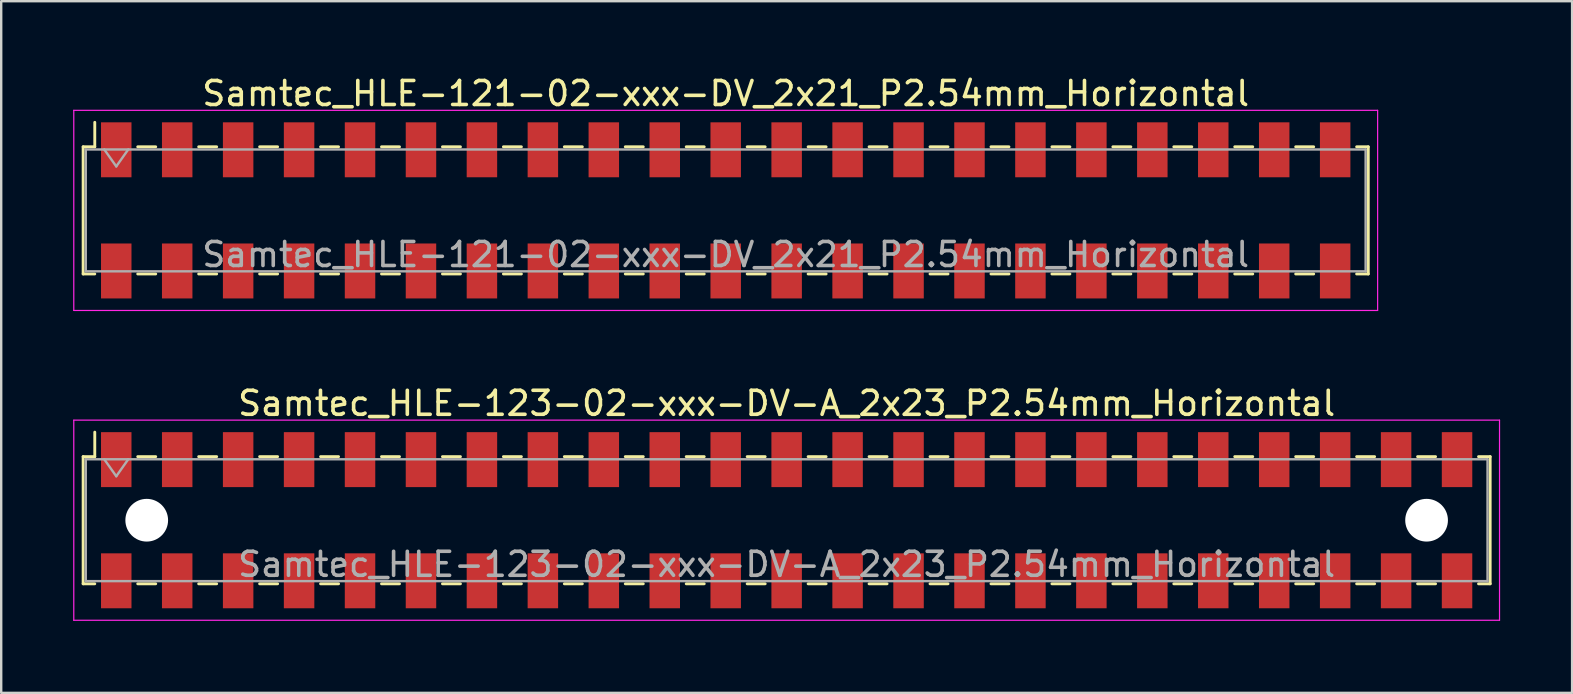
<source format=kicad_pcb>
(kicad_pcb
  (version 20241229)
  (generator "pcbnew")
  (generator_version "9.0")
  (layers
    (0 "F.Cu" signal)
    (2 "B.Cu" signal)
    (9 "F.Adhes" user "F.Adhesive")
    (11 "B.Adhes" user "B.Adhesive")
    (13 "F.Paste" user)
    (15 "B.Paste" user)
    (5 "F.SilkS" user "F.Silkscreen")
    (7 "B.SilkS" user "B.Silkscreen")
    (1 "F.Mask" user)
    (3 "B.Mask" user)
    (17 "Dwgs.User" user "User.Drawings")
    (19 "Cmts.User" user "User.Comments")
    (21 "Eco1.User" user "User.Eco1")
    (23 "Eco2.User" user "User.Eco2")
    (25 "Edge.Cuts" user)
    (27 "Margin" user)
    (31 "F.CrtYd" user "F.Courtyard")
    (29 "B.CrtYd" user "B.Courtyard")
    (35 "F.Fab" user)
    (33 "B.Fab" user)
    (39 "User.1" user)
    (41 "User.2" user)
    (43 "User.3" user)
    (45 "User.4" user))
  (footprint "Samtec_HLE-121-02-xxx-DV_2x21_P2.54mm_Horizontal"
    (layer "F.Cu")
    (at 27.195 5.718)
    (property "Reference" "Samtec_HLE-121-02-xxx-DV_2x21_P2.54mm_Horizontal" (at 0 -4.87 0) (layer "F.SilkS") (effects (font (size 1 1) (thickness 0.15))))
    (attr smd)
    (fp_line (start -26.78 -2.65) (end -26.78 2.65) (stroke (width 0.12) (type solid)) (layer "F.SilkS"))
    (fp_line (start -26.78 2.65) (end -26.295 2.65) (stroke (width 0.12) (type solid)) (layer "F.SilkS"))
    (fp_line (start -26.295 -3.67) (end -26.295 -2.65) (stroke (width 0.12) (type solid)) (layer "F.SilkS"))
    (fp_line (start -26.295 -2.65) (end -26.78 -2.65) (stroke (width 0.12) (type solid)) (layer "F.SilkS"))
    (fp_line (start -24.505 -2.65) (end -23.755 -2.65) (stroke (width 0.12) (type solid)) (layer "F.SilkS"))
    (fp_line (start -24.505 2.65) (end -23.755 2.65) (stroke (width 0.12) (type solid)) (layer "F.SilkS"))
    (fp_line (start -21.965 -2.65) (end -21.215 -2.65) (stroke (width 0.12) (type solid)) (layer "F.SilkS"))
    (fp_line (start -21.965 2.65) (end -21.215 2.65) (stroke (width 0.12) (type solid)) (layer "F.SilkS"))
    (fp_line (start -19.425 -2.65) (end -18.675 -2.65) (stroke (width 0.12) (type solid)) (layer "F.SilkS"))
    (fp_line (start -19.425 2.65) (end -18.675 2.65) (stroke (width 0.12) (type solid)) (layer "F.SilkS"))
    (fp_line (start -16.885 -2.65) (end -16.135 -2.65) (stroke (width 0.12) (type solid)) (layer "F.SilkS"))
    (fp_line (start -16.885 2.65) (end -16.135 2.65) (stroke (width 0.12) (type solid)) (layer "F.SilkS"))
    (fp_line (start -14.345 -2.65) (end -13.595 -2.65) (stroke (width 0.12) (type solid)) (layer "F.SilkS"))
    (fp_line (start -14.345 2.65) (end -13.595 2.65) (stroke (width 0.12) (type solid)) (layer "F.SilkS"))
    (fp_line (start -11.805 -2.65) (end -11.055 -2.65) (stroke (width 0.12) (type solid)) (layer "F.SilkS"))
    (fp_line (start -11.805 2.65) (end -11.055 2.65) (stroke (width 0.12) (type solid)) (layer "F.SilkS"))
    (fp_line (start -9.265 -2.65) (end -8.515 -2.65) (stroke (width 0.12) (type solid)) (layer "F.SilkS"))
    (fp_line (start -9.265 2.65) (end -8.515 2.65) (stroke (width 0.12) (type solid)) (layer "F.SilkS"))
    (fp_line (start -6.725 -2.65) (end -5.975 -2.65) (stroke (width 0.12) (type solid)) (layer "F.SilkS"))
    (fp_line (start -6.725 2.65) (end -5.975 2.65) (stroke (width 0.12) (type solid)) (layer "F.SilkS"))
    (fp_line (start -4.185 -2.65) (end -3.435 -2.65) (stroke (width 0.12) (type solid)) (layer "F.SilkS"))
    (fp_line (start -4.185 2.65) (end -3.435 2.65) (stroke (width 0.12) (type solid)) (layer "F.SilkS"))
    (fp_line (start -1.645 -2.65) (end -0.895 -2.65) (stroke (width 0.12) (type solid)) (layer "F.SilkS"))
    (fp_line (start -1.645 2.65) (end -0.895 2.65) (stroke (width 0.12) (type solid)) (layer "F.SilkS"))
    (fp_line (start 0.895 -2.65) (end 1.645 -2.65) (stroke (width 0.12) (type solid)) (layer "F.SilkS"))
    (fp_line (start 0.895 2.65) (end 1.645 2.65) (stroke (width 0.12) (type solid)) (layer "F.SilkS"))
    (fp_line (start 3.435 -2.65) (end 4.185 -2.65) (stroke (width 0.12) (type solid)) (layer "F.SilkS"))
    (fp_line (start 3.435 2.65) (end 4.185 2.65) (stroke (width 0.12) (type solid)) (layer "F.SilkS"))
    (fp_line (start 5.975 -2.65) (end 6.725 -2.65) (stroke (width 0.12) (type solid)) (layer "F.SilkS"))
    (fp_line (start 5.975 2.65) (end 6.725 2.65) (stroke (width 0.12) (type solid)) (layer "F.SilkS"))
    (fp_line (start 8.515 -2.65) (end 9.265 -2.65) (stroke (width 0.12) (type solid)) (layer "F.SilkS"))
    (fp_line (start 8.515 2.65) (end 9.265 2.65) (stroke (width 0.12) (type solid)) (layer "F.SilkS"))
    (fp_line (start 11.055 -2.65) (end 11.805 -2.65) (stroke (width 0.12) (type solid)) (layer "F.SilkS"))
    (fp_line (start 11.055 2.65) (end 11.805 2.65) (stroke (width 0.12) (type solid)) (layer "F.SilkS"))
    (fp_line (start 13.595 -2.65) (end 14.345 -2.65) (stroke (width 0.12) (type solid)) (layer "F.SilkS"))
    (fp_line (start 13.595 2.65) (end 14.345 2.65) (stroke (width 0.12) (type solid)) (layer "F.SilkS"))
    (fp_line (start 16.135 -2.65) (end 16.885 -2.65) (stroke (width 0.12) (type solid)) (layer "F.SilkS"))
    (fp_line (start 16.135 2.65) (end 16.885 2.65) (stroke (width 0.12) (type solid)) (layer "F.SilkS"))
    (fp_line (start 18.675 -2.65) (end 19.425 -2.65) (stroke (width 0.12) (type solid)) (layer "F.SilkS"))
    (fp_line (start 18.675 2.65) (end 19.425 2.65) (stroke (width 0.12) (type solid)) (layer "F.SilkS"))
    (fp_line (start 21.215 -2.65) (end 21.965 -2.65) (stroke (width 0.12) (type solid)) (layer "F.SilkS"))
    (fp_line (start 21.215 2.65) (end 21.965 2.65) (stroke (width 0.12) (type solid)) (layer "F.SilkS"))
    (fp_line (start 23.755 -2.65) (end 24.505 -2.65) (stroke (width 0.12) (type solid)) (layer "F.SilkS"))
    (fp_line (start 23.755 2.65) (end 24.505 2.65) (stroke (width 0.12) (type solid)) (layer "F.SilkS"))
    (fp_line (start 26.295 -2.65) (end 26.78 -2.65) (stroke (width 0.12) (type solid)) (layer "F.SilkS"))
    (fp_line (start 26.78 -2.65) (end 26.78 2.65) (stroke (width 0.12) (type solid)) (layer "F.SilkS"))
    (fp_line (start 26.78 2.65) (end 26.295 2.65) (stroke (width 0.12) (type solid)) (layer "F.SilkS"))
    (fp_line (start -27.17 -4.17) (end 27.17 -4.17) (stroke (width 0.05) (type solid)) (layer "F.CrtYd"))
    (fp_line (start -27.17 4.17) (end -27.17 -4.17) (stroke (width 0.05) (type solid)) (layer "F.CrtYd"))
    (fp_line (start 27.17 -4.17) (end 27.17 4.17) (stroke (width 0.05) (type solid)) (layer "F.CrtYd"))
    (fp_line (start 27.17 4.17) (end -27.17 4.17) (stroke (width 0.05) (type solid)) (layer "F.CrtYd"))
    (fp_line (start -26.67 -2.54) (end 26.67 -2.54) (stroke (width 0.1) (type solid)) (layer "F.Fab"))
    (fp_line (start -26.67 2.54) (end -26.67 -2.54) (stroke (width 0.1) (type solid)) (layer "F.Fab"))
    (fp_line (start -25.9 -2.54) (end -25.4 -1.833) (stroke (width 0.1) (type solid)) (layer "F.Fab"))
    (fp_line (start -25.4 -1.833) (end -24.9 -2.54) (stroke (width 0.1) (type solid)) (layer "F.Fab"))
    (fp_line (start 26.67 -2.54) (end 26.67 2.54) (stroke (width 0.1) (type solid)) (layer "F.Fab"))
    (fp_line (start 26.67 2.54) (end -26.67 2.54) (stroke (width 0.1) (type solid)) (layer "F.Fab"))
    (fp_text user "${REFERENCE}" (at 0 1.84 0) (layer "F.Fab") (effects (font (size 1 1) (thickness 0.15))))
    (pad "1" smd rect (at -25.4 -2.525) (size 1.27 2.29) (layers "F.Cu" "F.Mask" "F.Paste"))
    (pad "2" smd rect (at -25.4 2.525) (size 1.27 2.29) (layers "F.Cu" "F.Mask" "F.Paste"))
    (pad "3" smd rect (at -22.86 -2.525) (size 1.27 2.29) (layers "F.Cu" "F.Mask" "F.Paste"))
    (pad "4" smd rect (at -22.86 2.525) (size 1.27 2.29) (layers "F.Cu" "F.Mask" "F.Paste"))
    (pad "5" smd rect (at -20.32 -2.525) (size 1.27 2.29) (layers "F.Cu" "F.Mask" "F.Paste"))
    (pad "6" smd rect (at -20.32 2.525) (size 1.27 2.29) (layers "F.Cu" "F.Mask" "F.Paste"))
    (pad "7" smd rect (at -17.78 -2.525) (size 1.27 2.29) (layers "F.Cu" "F.Mask" "F.Paste"))
    (pad "8" smd rect (at -17.78 2.525) (size 1.27 2.29) (layers "F.Cu" "F.Mask" "F.Paste"))
    (pad "9" smd rect (at -15.24 -2.525) (size 1.27 2.29) (layers "F.Cu" "F.Mask" "F.Paste"))
    (pad "10" smd rect (at -15.24 2.525) (size 1.27 2.29) (layers "F.Cu" "F.Mask" "F.Paste"))
    (pad "11" smd rect (at -12.7 -2.525) (size 1.27 2.29) (layers "F.Cu" "F.Mask" "F.Paste"))
    (pad "12" smd rect (at -12.7 2.525) (size 1.27 2.29) (layers "F.Cu" "F.Mask" "F.Paste"))
    (pad "13" smd rect (at -10.16 -2.525) (size 1.27 2.29) (layers "F.Cu" "F.Mask" "F.Paste"))
    (pad "14" smd rect (at -10.16 2.525) (size 1.27 2.29) (layers "F.Cu" "F.Mask" "F.Paste"))
    (pad "15" smd rect (at -7.62 -2.525) (size 1.27 2.29) (layers "F.Cu" "F.Mask" "F.Paste"))
    (pad "16" smd rect (at -7.62 2.525) (size 1.27 2.29) (layers "F.Cu" "F.Mask" "F.Paste"))
    (pad "17" smd rect (at -5.08 -2.525) (size 1.27 2.29) (layers "F.Cu" "F.Mask" "F.Paste"))
    (pad "18" smd rect (at -5.08 2.525) (size 1.27 2.29) (layers "F.Cu" "F.Mask" "F.Paste"))
    (pad "19" smd rect (at -2.54 -2.525) (size 1.27 2.29) (layers "F.Cu" "F.Mask" "F.Paste"))
    (pad "20" smd rect (at -2.54 2.525) (size 1.27 2.29) (layers "F.Cu" "F.Mask" "F.Paste"))
    (pad "21" smd rect (at 0 -2.525) (size 1.27 2.29) (layers "F.Cu" "F.Mask" "F.Paste"))
    (pad "22" smd rect (at 0 2.525) (size 1.27 2.29) (layers "F.Cu" "F.Mask" "F.Paste"))
    (pad "23" smd rect (at 2.54 -2.525) (size 1.27 2.29) (layers "F.Cu" "F.Mask" "F.Paste"))
    (pad "24" smd rect (at 2.54 2.525) (size 1.27 2.29) (layers "F.Cu" "F.Mask" "F.Paste"))
    (pad "25" smd rect (at 5.08 -2.525) (size 1.27 2.29) (layers "F.Cu" "F.Mask" "F.Paste"))
    (pad "26" smd rect (at 5.08 2.525) (size 1.27 2.29) (layers "F.Cu" "F.Mask" "F.Paste"))
    (pad "27" smd rect (at 7.62 -2.525) (size 1.27 2.29) (layers "F.Cu" "F.Mask" "F.Paste"))
    (pad "28" smd rect (at 7.62 2.525) (size 1.27 2.29) (layers "F.Cu" "F.Mask" "F.Paste"))
    (pad "29" smd rect (at 10.16 -2.525) (size 1.27 2.29) (layers "F.Cu" "F.Mask" "F.Paste"))
    (pad "30" smd rect (at 10.16 2.525) (size 1.27 2.29) (layers "F.Cu" "F.Mask" "F.Paste"))
    (pad "31" smd rect (at 12.7 -2.525) (size 1.27 2.29) (layers "F.Cu" "F.Mask" "F.Paste"))
    (pad "32" smd rect (at 12.7 2.525) (size 1.27 2.29) (layers "F.Cu" "F.Mask" "F.Paste"))
    (pad "33" smd rect (at 15.24 -2.525) (size 1.27 2.29) (layers "F.Cu" "F.Mask" "F.Paste"))
    (pad "34" smd rect (at 15.24 2.525) (size 1.27 2.29) (layers "F.Cu" "F.Mask" "F.Paste"))
    (pad "35" smd rect (at 17.78 -2.525) (size 1.27 2.29) (layers "F.Cu" "F.Mask" "F.Paste"))
    (pad "36" smd rect (at 17.78 2.525) (size 1.27 2.29) (layers "F.Cu" "F.Mask" "F.Paste"))
    (pad "37" smd rect (at 20.32 -2.525) (size 1.27 2.29) (layers "F.Cu" "F.Mask" "F.Paste"))
    (pad "38" smd rect (at 20.32 2.525) (size 1.27 2.29) (layers "F.Cu" "F.Mask" "F.Paste"))
    (pad "39" smd rect (at 22.86 -2.525) (size 1.27 2.29) (layers "F.Cu" "F.Mask" "F.Paste"))
    (pad "40" smd rect (at 22.86 2.525) (size 1.27 2.29) (layers "F.Cu" "F.Mask" "F.Paste"))
    (pad "41" smd rect (at 25.4 -2.525) (size 1.27 2.29) (layers "F.Cu" "F.Mask" "F.Paste"))
    (pad "42" smd rect (at 25.4 2.525) (size 1.27 2.29) (layers "F.Cu" "F.Mask" "F.Paste")))
  (footprint "Samtec_HLE-123-02-xxx-DV-A_2x23_P2.54mm_Horizontal"
    (layer "F.Cu")
    (at 29.735 18.631)
    (property "Reference" "Samtec_HLE-123-02-xxx-DV-A_2x23_P2.54mm_Horizontal" (at 0 -4.87 0) (layer "F.SilkS") (effects (font (size 1 1) (thickness 0.15))))
    (attr smd)
    (fp_line (start -29.32 -2.65) (end -29.32 2.65) (stroke (width 0.12) (type solid)) (layer "F.SilkS"))
    (fp_line (start -29.32 2.65) (end -28.835 2.65) (stroke (width 0.12) (type solid)) (layer "F.SilkS"))
    (fp_line (start -28.835 -3.67) (end -28.835 -2.65) (stroke (width 0.12) (type solid)) (layer "F.SilkS"))
    (fp_line (start -28.835 -2.65) (end -29.32 -2.65) (stroke (width 0.12) (type solid)) (layer "F.SilkS"))
    (fp_line (start -27.045 -2.65) (end -26.295 -2.65) (stroke (width 0.12) (type solid)) (layer "F.SilkS"))
    (fp_line (start -27.045 2.65) (end -26.295 2.65) (stroke (width 0.12) (type solid)) (layer "F.SilkS"))
    (fp_line (start -24.505 -2.65) (end -23.755 -2.65) (stroke (width 0.12) (type solid)) (layer "F.SilkS"))
    (fp_line (start -24.505 2.65) (end -23.755 2.65) (stroke (width 0.12) (type solid)) (layer "F.SilkS"))
    (fp_line (start -21.965 -2.65) (end -21.215 -2.65) (stroke (width 0.12) (type solid)) (layer "F.SilkS"))
    (fp_line (start -21.965 2.65) (end -21.215 2.65) (stroke (width 0.12) (type solid)) (layer "F.SilkS"))
    (fp_line (start -19.425 -2.65) (end -18.675 -2.65) (stroke (width 0.12) (type solid)) (layer "F.SilkS"))
    (fp_line (start -19.425 2.65) (end -18.675 2.65) (stroke (width 0.12) (type solid)) (layer "F.SilkS"))
    (fp_line (start -16.885 -2.65) (end -16.135 -2.65) (stroke (width 0.12) (type solid)) (layer "F.SilkS"))
    (fp_line (start -16.885 2.65) (end -16.135 2.65) (stroke (width 0.12) (type solid)) (layer "F.SilkS"))
    (fp_line (start -14.345 -2.65) (end -13.595 -2.65) (stroke (width 0.12) (type solid)) (layer "F.SilkS"))
    (fp_line (start -14.345 2.65) (end -13.595 2.65) (stroke (width 0.12) (type solid)) (layer "F.SilkS"))
    (fp_line (start -11.805 -2.65) (end -11.055 -2.65) (stroke (width 0.12) (type solid)) (layer "F.SilkS"))
    (fp_line (start -11.805 2.65) (end -11.055 2.65) (stroke (width 0.12) (type solid)) (layer "F.SilkS"))
    (fp_line (start -9.265 -2.65) (end -8.515 -2.65) (stroke (width 0.12) (type solid)) (layer "F.SilkS"))
    (fp_line (start -9.265 2.65) (end -8.515 2.65) (stroke (width 0.12) (type solid)) (layer "F.SilkS"))
    (fp_line (start -6.725 -2.65) (end -5.975 -2.65) (stroke (width 0.12) (type solid)) (layer "F.SilkS"))
    (fp_line (start -6.725 2.65) (end -5.975 2.65) (stroke (width 0.12) (type solid)) (layer "F.SilkS"))
    (fp_line (start -4.185 -2.65) (end -3.435 -2.65) (stroke (width 0.12) (type solid)) (layer "F.SilkS"))
    (fp_line (start -4.185 2.65) (end -3.435 2.65) (stroke (width 0.12) (type solid)) (layer "F.SilkS"))
    (fp_line (start -1.645 -2.65) (end -0.895 -2.65) (stroke (width 0.12) (type solid)) (layer "F.SilkS"))
    (fp_line (start -1.645 2.65) (end -0.895 2.65) (stroke (width 0.12) (type solid)) (layer "F.SilkS"))
    (fp_line (start 0.895 -2.65) (end 1.645 -2.65) (stroke (width 0.12) (type solid)) (layer "F.SilkS"))
    (fp_line (start 0.895 2.65) (end 1.645 2.65) (stroke (width 0.12) (type solid)) (layer "F.SilkS"))
    (fp_line (start 3.435 -2.65) (end 4.185 -2.65) (stroke (width 0.12) (type solid)) (layer "F.SilkS"))
    (fp_line (start 3.435 2.65) (end 4.185 2.65) (stroke (width 0.12) (type solid)) (layer "F.SilkS"))
    (fp_line (start 5.975 -2.65) (end 6.725 -2.65) (stroke (width 0.12) (type solid)) (layer "F.SilkS"))
    (fp_line (start 5.975 2.65) (end 6.725 2.65) (stroke (width 0.12) (type solid)) (layer "F.SilkS"))
    (fp_line (start 8.515 -2.65) (end 9.265 -2.65) (stroke (width 0.12) (type solid)) (layer "F.SilkS"))
    (fp_line (start 8.515 2.65) (end 9.265 2.65) (stroke (width 0.12) (type solid)) (layer "F.SilkS"))
    (fp_line (start 11.055 -2.65) (end 11.805 -2.65) (stroke (width 0.12) (type solid)) (layer "F.SilkS"))
    (fp_line (start 11.055 2.65) (end 11.805 2.65) (stroke (width 0.12) (type solid)) (layer "F.SilkS"))
    (fp_line (start 13.595 -2.65) (end 14.345 -2.65) (stroke (width 0.12) (type solid)) (layer "F.SilkS"))
    (fp_line (start 13.595 2.65) (end 14.345 2.65) (stroke (width 0.12) (type solid)) (layer "F.SilkS"))
    (fp_line (start 16.135 -2.65) (end 16.885 -2.65) (stroke (width 0.12) (type solid)) (layer "F.SilkS"))
    (fp_line (start 16.135 2.65) (end 16.885 2.65) (stroke (width 0.12) (type solid)) (layer "F.SilkS"))
    (fp_line (start 18.675 -2.65) (end 19.425 -2.65) (stroke (width 0.12) (type solid)) (layer "F.SilkS"))
    (fp_line (start 18.675 2.65) (end 19.425 2.65) (stroke (width 0.12) (type solid)) (layer "F.SilkS"))
    (fp_line (start 21.215 -2.65) (end 21.965 -2.65) (stroke (width 0.12) (type solid)) (layer "F.SilkS"))
    (fp_line (start 21.215 2.65) (end 21.965 2.65) (stroke (width 0.12) (type solid)) (layer "F.SilkS"))
    (fp_line (start 23.755 -2.65) (end 24.505 -2.65) (stroke (width 0.12) (type solid)) (layer "F.SilkS"))
    (fp_line (start 23.755 2.65) (end 24.505 2.65) (stroke (width 0.12) (type solid)) (layer "F.SilkS"))
    (fp_line (start 26.295 -2.65) (end 27.045 -2.65) (stroke (width 0.12) (type solid)) (layer "F.SilkS"))
    (fp_line (start 26.295 2.65) (end 27.045 2.65) (stroke (width 0.12) (type solid)) (layer "F.SilkS"))
    (fp_line (start 28.835 -2.65) (end 29.32 -2.65) (stroke (width 0.12) (type solid)) (layer "F.SilkS"))
    (fp_line (start 29.32 -2.65) (end 29.32 2.65) (stroke (width 0.12) (type solid)) (layer "F.SilkS"))
    (fp_line (start 29.32 2.65) (end 28.835 2.65) (stroke (width 0.12) (type solid)) (layer "F.SilkS"))
    (fp_line (start -29.71 -4.17) (end 29.71 -4.17) (stroke (width 0.05) (type solid)) (layer "F.CrtYd"))
    (fp_line (start -29.71 4.17) (end -29.71 -4.17) (stroke (width 0.05) (type solid)) (layer "F.CrtYd"))
    (fp_line (start 29.71 -4.17) (end 29.71 4.17) (stroke (width 0.05) (type solid)) (layer "F.CrtYd"))
    (fp_line (start 29.71 4.17) (end -29.71 4.17) (stroke (width 0.05) (type solid)) (layer "F.CrtYd"))
    (fp_line (start -29.21 -2.54) (end 29.21 -2.54) (stroke (width 0.1) (type solid)) (layer "F.Fab"))
    (fp_line (start -29.21 2.54) (end -29.21 -2.54) (stroke (width 0.1) (type solid)) (layer "F.Fab"))
    (fp_line (start -28.44 -2.54) (end -27.94 -1.833) (stroke (width 0.1) (type solid)) (layer "F.Fab"))
    (fp_line (start -27.94 -1.833) (end -27.44 -2.54) (stroke (width 0.1) (type solid)) (layer "F.Fab"))
    (fp_line (start 29.21 -2.54) (end 29.21 2.54) (stroke (width 0.1) (type solid)) (layer "F.Fab"))
    (fp_line (start 29.21 2.54) (end -29.21 2.54) (stroke (width 0.1) (type solid)) (layer "F.Fab"))
    (fp_text user "${REFERENCE}" (at 0 1.84 0) (layer "F.Fab") (effects (font (size 1 1) (thickness 0.15))))
    (pad "" np_thru_hole circle (at -26.67 0) (size 1.78 1.78) (drill 1.78) (layers "*.Cu" "*.Mask"))
    (pad "" np_thru_hole circle (at 26.67 0) (size 1.78 1.78) (drill 1.78) (layers "*.Cu" "*.Mask"))
    (pad "1" smd rect (at -27.94 -2.525) (size 1.27 2.29) (layers "F.Cu" "F.Mask" "F.Paste"))
    (pad "2" smd rect (at -27.94 2.525) (size 1.27 2.29) (layers "F.Cu" "F.Mask" "F.Paste"))
    (pad "3" smd rect (at -25.4 -2.525) (size 1.27 2.29) (layers "F.Cu" "F.Mask" "F.Paste"))
    (pad "4" smd rect (at -25.4 2.525) (size 1.27 2.29) (layers "F.Cu" "F.Mask" "F.Paste"))
    (pad "5" smd rect (at -22.86 -2.525) (size 1.27 2.29) (layers "F.Cu" "F.Mask" "F.Paste"))
    (pad "6" smd rect (at -22.86 2.525) (size 1.27 2.29) (layers "F.Cu" "F.Mask" "F.Paste"))
    (pad "7" smd rect (at -20.32 -2.525) (size 1.27 2.29) (layers "F.Cu" "F.Mask" "F.Paste"))
    (pad "8" smd rect (at -20.32 2.525) (size 1.27 2.29) (layers "F.Cu" "F.Mask" "F.Paste"))
    (pad "9" smd rect (at -17.78 -2.525) (size 1.27 2.29) (layers "F.Cu" "F.Mask" "F.Paste"))
    (pad "10" smd rect (at -17.78 2.525) (size 1.27 2.29) (layers "F.Cu" "F.Mask" "F.Paste"))
    (pad "11" smd rect (at -15.24 -2.525) (size 1.27 2.29) (layers "F.Cu" "F.Mask" "F.Paste"))
    (pad "12" smd rect (at -15.24 2.525) (size 1.27 2.29) (layers "F.Cu" "F.Mask" "F.Paste"))
    (pad "13" smd rect (at -12.7 -2.525) (size 1.27 2.29) (layers "F.Cu" "F.Mask" "F.Paste"))
    (pad "14" smd rect (at -12.7 2.525) (size 1.27 2.29) (layers "F.Cu" "F.Mask" "F.Paste"))
    (pad "15" smd rect (at -10.16 -2.525) (size 1.27 2.29) (layers "F.Cu" "F.Mask" "F.Paste"))
    (pad "16" smd rect (at -10.16 2.525) (size 1.27 2.29) (layers "F.Cu" "F.Mask" "F.Paste"))
    (pad "17" smd rect (at -7.62 -2.525) (size 1.27 2.29) (layers "F.Cu" "F.Mask" "F.Paste"))
    (pad "18" smd rect (at -7.62 2.525) (size 1.27 2.29) (layers "F.Cu" "F.Mask" "F.Paste"))
    (pad "19" smd rect (at -5.08 -2.525) (size 1.27 2.29) (layers "F.Cu" "F.Mask" "F.Paste"))
    (pad "20" smd rect (at -5.08 2.525) (size 1.27 2.29) (layers "F.Cu" "F.Mask" "F.Paste"))
    (pad "21" smd rect (at -2.54 -2.525) (size 1.27 2.29) (layers "F.Cu" "F.Mask" "F.Paste"))
    (pad "22" smd rect (at -2.54 2.525) (size 1.27 2.29) (layers "F.Cu" "F.Mask" "F.Paste"))
    (pad "23" smd rect (at 0 -2.525) (size 1.27 2.29) (layers "F.Cu" "F.Mask" "F.Paste"))
    (pad "24" smd rect (at 0 2.525) (size 1.27 2.29) (layers "F.Cu" "F.Mask" "F.Paste"))
    (pad "25" smd rect (at 2.54 -2.525) (size 1.27 2.29) (layers "F.Cu" "F.Mask" "F.Paste"))
    (pad "26" smd rect (at 2.54 2.525) (size 1.27 2.29) (layers "F.Cu" "F.Mask" "F.Paste"))
    (pad "27" smd rect (at 5.08 -2.525) (size 1.27 2.29) (layers "F.Cu" "F.Mask" "F.Paste"))
    (pad "28" smd rect (at 5.08 2.525) (size 1.27 2.29) (layers "F.Cu" "F.Mask" "F.Paste"))
    (pad "29" smd rect (at 7.62 -2.525) (size 1.27 2.29) (layers "F.Cu" "F.Mask" "F.Paste"))
    (pad "30" smd rect (at 7.62 2.525) (size 1.27 2.29) (layers "F.Cu" "F.Mask" "F.Paste"))
    (pad "31" smd rect (at 10.16 -2.525) (size 1.27 2.29) (layers "F.Cu" "F.Mask" "F.Paste"))
    (pad "32" smd rect (at 10.16 2.525) (size 1.27 2.29) (layers "F.Cu" "F.Mask" "F.Paste"))
    (pad "33" smd rect (at 12.7 -2.525) (size 1.27 2.29) (layers "F.Cu" "F.Mask" "F.Paste"))
    (pad "34" smd rect (at 12.7 2.525) (size 1.27 2.29) (layers "F.Cu" "F.Mask" "F.Paste"))
    (pad "35" smd rect (at 15.24 -2.525) (size 1.27 2.29) (layers "F.Cu" "F.Mask" "F.Paste"))
    (pad "36" smd rect (at 15.24 2.525) (size 1.27 2.29) (layers "F.Cu" "F.Mask" "F.Paste"))
    (pad "37" smd rect (at 17.78 -2.525) (size 1.27 2.29) (layers "F.Cu" "F.Mask" "F.Paste"))
    (pad "38" smd rect (at 17.78 2.525) (size 1.27 2.29) (layers "F.Cu" "F.Mask" "F.Paste"))
    (pad "39" smd rect (at 20.32 -2.525) (size 1.27 2.29) (layers "F.Cu" "F.Mask" "F.Paste"))
    (pad "40" smd rect (at 20.32 2.525) (size 1.27 2.29) (layers "F.Cu" "F.Mask" "F.Paste"))
    (pad "41" smd rect (at 22.86 -2.525) (size 1.27 2.29) (layers "F.Cu" "F.Mask" "F.Paste"))
    (pad "42" smd rect (at 22.86 2.525) (size 1.27 2.29) (layers "F.Cu" "F.Mask" "F.Paste"))
    (pad "43" smd rect (at 25.4 -2.525) (size 1.27 2.29) (layers "F.Cu" "F.Mask" "F.Paste"))
    (pad "44" smd rect (at 25.4 2.525) (size 1.27 2.29) (layers "F.Cu" "F.Mask" "F.Paste"))
    (pad "45" smd rect (at 27.94 -2.525) (size 1.27 2.29) (layers "F.Cu" "F.Mask" "F.Paste"))
    (pad "46" smd rect (at 27.94 2.525) (size 1.27 2.29) (layers "F.Cu" "F.Mask" "F.Paste")))
  (gr_rect
    (start -3 -3)
    (end 62.47 25.826)
    (stroke (width 0.1) (type default))
    (fill no)
    (layer "Edge.Cuts")))
</source>
